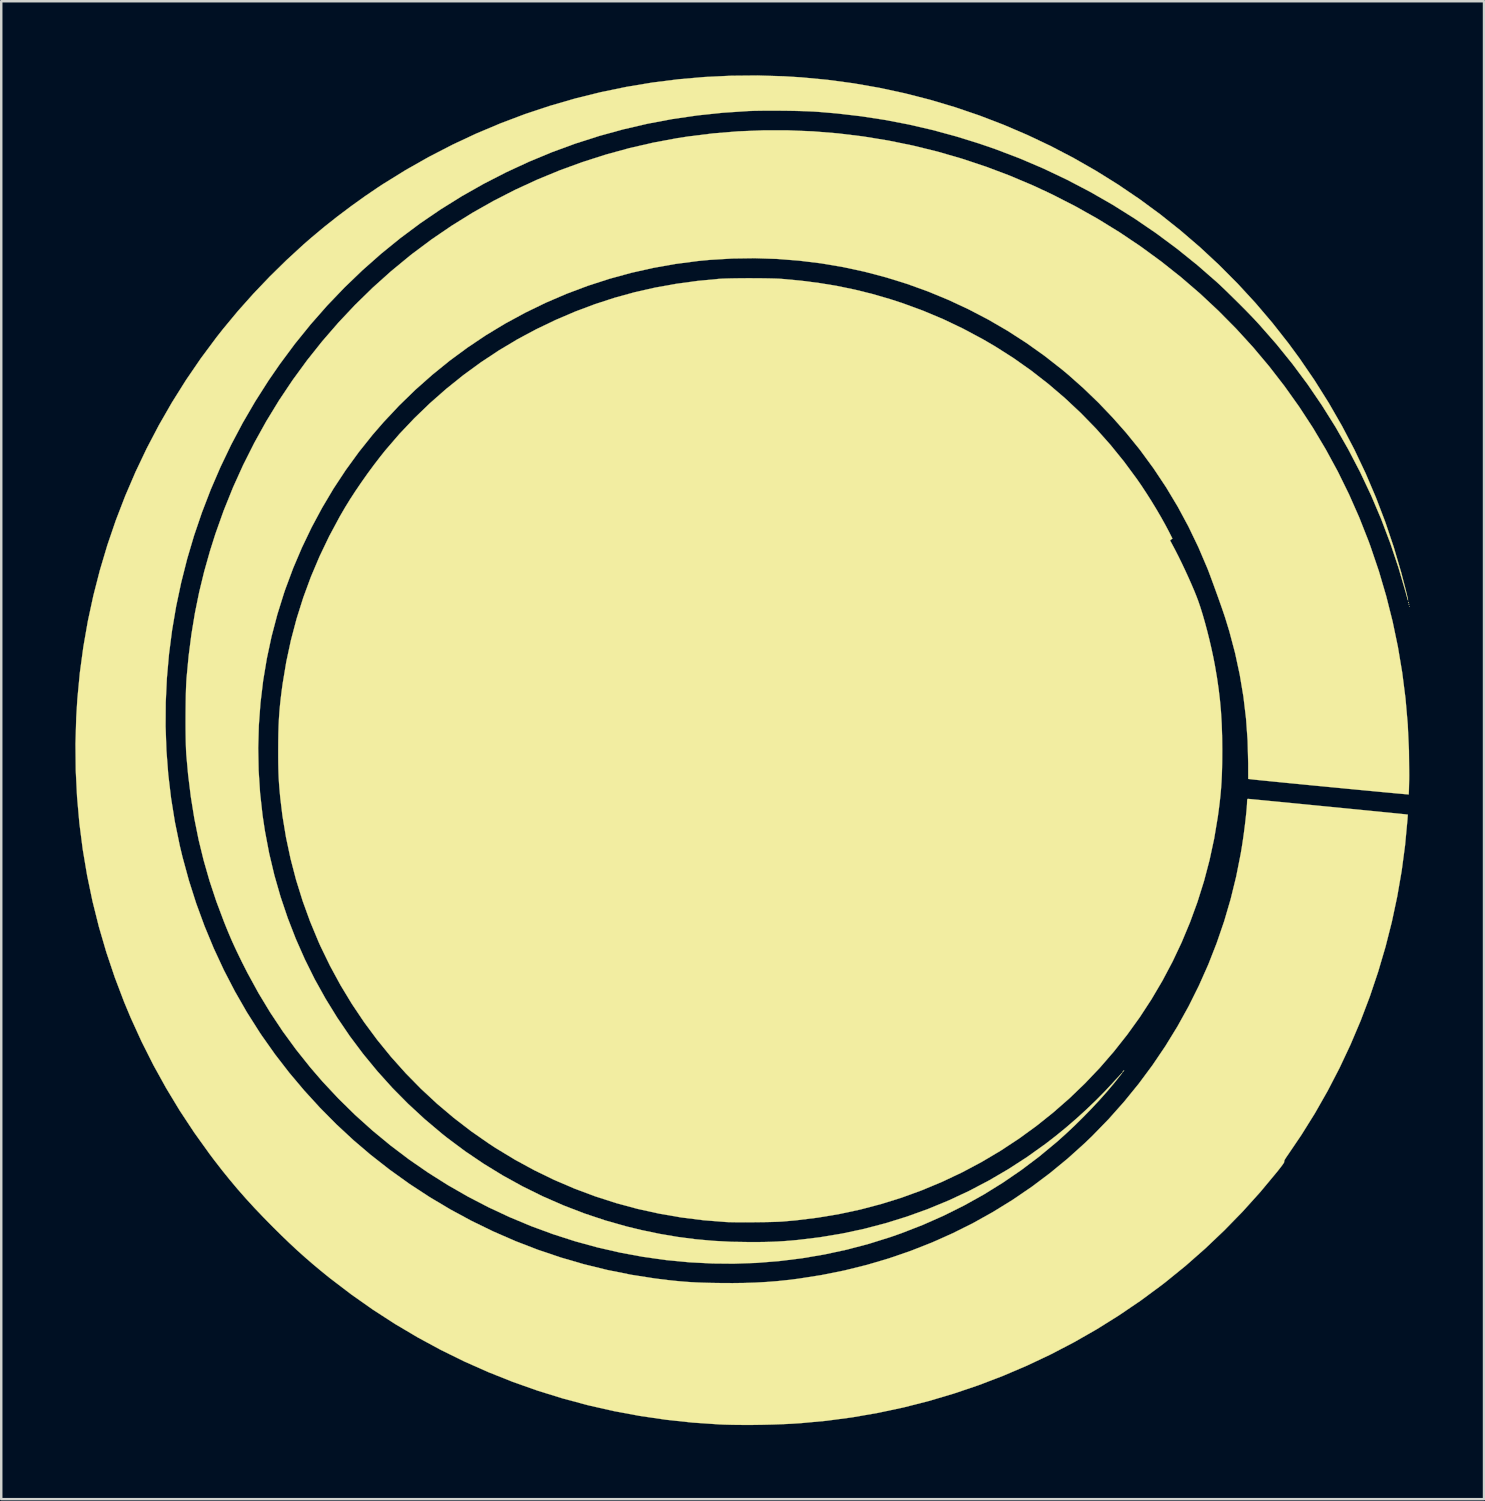
<source format=kicad_pcb>
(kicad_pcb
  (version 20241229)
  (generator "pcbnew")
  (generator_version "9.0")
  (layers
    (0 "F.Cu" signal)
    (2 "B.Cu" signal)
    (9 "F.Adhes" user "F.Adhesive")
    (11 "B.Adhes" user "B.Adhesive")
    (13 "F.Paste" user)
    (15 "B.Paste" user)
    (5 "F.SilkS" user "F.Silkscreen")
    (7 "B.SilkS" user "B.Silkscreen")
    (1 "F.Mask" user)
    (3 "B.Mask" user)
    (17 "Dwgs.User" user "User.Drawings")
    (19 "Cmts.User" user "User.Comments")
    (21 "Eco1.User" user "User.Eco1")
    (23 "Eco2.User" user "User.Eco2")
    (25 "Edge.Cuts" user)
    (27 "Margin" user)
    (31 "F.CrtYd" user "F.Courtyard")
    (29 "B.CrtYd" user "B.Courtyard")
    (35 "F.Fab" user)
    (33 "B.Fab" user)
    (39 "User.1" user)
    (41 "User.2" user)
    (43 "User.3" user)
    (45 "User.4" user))
  (footprint "spiral_pattern_large3"
    (layer "F.Cu")
    (at 27.311 27.311)
    (property "Reference" "spiral_pattern_large3" (at 0 0 0) (layer "F.SilkS") (effects (font (size 1.524 1.524) (thickness 0.3))))
    (attr through_hole)
    (fp_poly (pts (xy 26.691 -5.81) (xy 26.681 -5.8) (xy 26.67 -5.81) (xy 26.681 -5.821) (xy 26.691 -5.81)) (stroke (width 0.01) (type solid)) (fill yes) (layer "F.SilkS"))
    (fp_poly (pts (xy 26.642 -5.994) (xy 26.645 -5.961) (xy 26.64 -5.954) (xy 26.631 -5.96) (xy 26.629 -5.981) (xy 26.635 -6.004) (xy 26.642 -5.994)) (stroke (width 0.01) (type solid)) (fill yes) (layer "F.SilkS"))
    (fp_poly (pts (xy 26.663 -5.92) (xy 26.665 -5.894) (xy 26.663 -5.891) (xy 26.65 -5.894) (xy 26.649 -5.905) (xy 26.657 -5.923) (xy 26.663 -5.92)) (stroke (width 0.01) (type solid)) (fill yes) (layer "F.SilkS"))
    (fp_poly (pts (xy 15.128 12.965) (xy 15.116 12.98) (xy 15.085 13.013) (xy 15.071 13.013) (xy 15.071 13.01) (xy 15.085 12.992) (xy 15.108 12.972) (xy 15.133 12.954) (xy 15.128 12.965)) (stroke (width 0.01) (type solid)) (fill yes) (layer "F.SilkS"))
    (fp_poly (pts (xy 0.142 -19.101) (xy 0.381 -19.1) (xy 0.61 -19.097) (xy 0.821 -19.093) (xy 1.009 -19.088) (xy 1.167 -19.082) (xy 1.27 -19.075) (xy 2.048 -19.003) (xy 2.797 -18.907) (xy 3.525 -18.787) (xy 4.238 -18.639) (xy 4.944 -18.464) (xy 5.651 -18.259) (xy 6.17 -18.09) (xy 6.996 -17.787) (xy 7.812 -17.444) (xy 8.616 -17.06) (xy 9.408 -16.637) (xy 9.927 -16.334) (xy 10.659 -15.867) (xy 11.372 -15.363) (xy 12.064 -14.824) (xy 12.732 -14.253) (xy 13.375 -13.651) (xy 13.99 -13.02) (xy 14.575 -12.362) (xy 15.129 -11.679) (xy 15.649 -10.974) (xy 15.838 -10.7) (xy 16.039 -10.394) (xy 16.242 -10.074) (xy 16.439 -9.75) (xy 16.626 -9.43) (xy 16.797 -9.123) (xy 16.948 -8.838) (xy 16.98 -8.775) (xy 17.086 -8.565) (xy 17.037 -8.529) (xy 16.989 -8.492) (xy 17.068 -8.347) (xy 17.198 -8.102) (xy 17.334 -7.836) (xy 17.471 -7.556) (xy 17.606 -7.27) (xy 17.737 -6.985) (xy 17.859 -6.709) (xy 17.97 -6.45) (xy 18.065 -6.213) (xy 18.125 -6.054) (xy 18.216 -5.789) (xy 18.309 -5.491) (xy 18.402 -5.166) (xy 18.494 -4.822) (xy 18.583 -4.467) (xy 18.666 -4.109) (xy 18.742 -3.755) (xy 18.807 -3.419) (xy 18.889 -2.938) (xy 18.956 -2.473) (xy 19.01 -2.015) (xy 19.051 -1.554) (xy 19.079 -1.081) (xy 19.096 -0.587) (xy 19.102 -0.061) (xy 19.102 0) (xy 19.1 0.362) (xy 19.095 0.691) (xy 19.086 0.994) (xy 19.072 1.281) (xy 19.053 1.559) (xy 19.028 1.837) (xy 18.997 2.123) (xy 18.959 2.426) (xy 18.923 2.689) (xy 18.776 3.571) (xy 18.589 4.44) (xy 18.364 5.296) (xy 18.1 6.137) (xy 17.799 6.961) (xy 17.462 7.769) (xy 17.089 8.558) (xy 16.681 9.328) (xy 16.239 10.078) (xy 15.764 10.806) (xy 15.256 11.511) (xy 14.717 12.193) (xy 14.148 12.85) (xy 13.549 13.48) (xy 12.921 14.084) (xy 12.264 14.659) (xy 11.581 15.205) (xy 10.871 15.721) (xy 10.136 16.205) (xy 9.376 16.656) (xy 8.592 17.074) (xy 7.784 17.457) (xy 7.747 17.473) (xy 6.94 17.81) (xy 6.125 18.107) (xy 5.299 18.365) (xy 4.46 18.586) (xy 3.607 18.769) (xy 2.736 18.915) (xy 1.846 19.025) (xy 1.312 19.072) (xy 1.202 19.079) (xy 1.057 19.085) (xy 0.882 19.09) (xy 0.685 19.095) (xy 0.472 19.098) (xy 0.249 19.101) (xy 0.024 19.103) (xy -0.197 19.104) (xy -0.407 19.103) (xy -0.601 19.102) (xy -0.77 19.099) (xy -0.909 19.096) (xy -0.984 19.092) (xy -1.896 19.02) (xy -2.797 18.907) (xy -3.686 18.753) (xy -4.564 18.56) (xy -5.428 18.326) (xy -6.279 18.052) (xy -7.115 17.739) (xy -7.937 17.387) (xy -8.743 16.995) (xy -9.532 16.565) (xy -10.305 16.096) (xy -10.562 15.928) (xy -11.292 15.42) (xy -11.996 14.879) (xy -12.674 14.306) (xy -13.324 13.702) (xy -13.945 13.069) (xy -14.537 12.407) (xy -15.097 11.719) (xy -15.625 11.006) (xy -16.12 10.268) (xy -16.58 9.508) (xy -17.005 8.726) (xy -17.394 7.924) (xy -17.473 7.747) (xy -17.812 6.93) (xy -18.114 6.097) (xy -18.378 5.25) (xy -18.602 4.391) (xy -18.786 3.526) (xy -18.93 2.656) (xy -19.017 1.937) (xy -19.038 1.714) (xy -19.056 1.51) (xy -19.07 1.318) (xy -19.082 1.13) (xy -19.09 0.937) (xy -19.096 0.733) (xy -19.1 0.508) (xy -19.102 0.256) (xy -19.102 0) (xy -19.1 -0.362) (xy -19.095 -0.691) (xy -19.086 -0.994) (xy -19.072 -1.281) (xy -19.053 -1.559) (xy -19.028 -1.837) (xy -18.997 -2.123) (xy -18.959 -2.426) (xy -18.923 -2.689) (xy -18.775 -3.58) (xy -18.586 -4.459) (xy -18.357 -5.325) (xy -18.088 -6.178) (xy -17.779 -7.018) (xy -17.429 -7.845) (xy -17.039 -8.659) (xy -16.61 -9.458) (xy -16.399 -9.821) (xy -16.198 -10.148) (xy -15.973 -10.494) (xy -15.73 -10.851) (xy -15.477 -11.21) (xy -15.218 -11.56) (xy -14.962 -11.893) (xy -14.765 -12.139) (xy -14.197 -12.799) (xy -13.595 -13.434) (xy -12.963 -14.043) (xy -12.303 -14.624) (xy -11.618 -15.174) (xy -10.909 -15.692) (xy -10.179 -16.176) (xy -9.431 -16.624) (xy -8.667 -17.033) (xy -8.657 -17.038) (xy -7.871 -17.415) (xy -7.083 -17.752) (xy -6.289 -18.05) (xy -5.488 -18.311) (xy -4.675 -18.535) (xy -3.848 -18.722) (xy -3.003 -18.874) (xy -2.138 -18.992) (xy -1.27 -19.075) (xy -1.142 -19.083) (xy -0.979 -19.089) (xy -0.787 -19.094) (xy -0.572 -19.098) (xy -0.341 -19.1) (xy -0.101 -19.102) (xy 0.142 -19.101)) (stroke (width 0.01) (type solid)) (fill yes) (layer "F.SilkS"))
    (fp_poly (pts (xy 1.535 -25.086) (xy 2.55 -25.045) (xy 3.564 -24.962) (xy 4.574 -24.839) (xy 5.58 -24.675) (xy 6.581 -24.471) (xy 7.575 -24.227) (xy 8.56 -23.942) (xy 9.536 -23.618) (xy 10.501 -23.254) (xy 11.454 -22.851) (xy 12.23 -22.488) (xy 13.161 -22.012) (xy 14.068 -21.502) (xy 14.95 -20.959) (xy 15.805 -20.384) (xy 16.634 -19.778) (xy 17.436 -19.141) (xy 18.209 -18.475) (xy 18.953 -17.779) (xy 19.668 -17.056) (xy 20.353 -16.306) (xy 21.006 -15.529) (xy 21.627 -14.726) (xy 22.216 -13.899) (xy 22.772 -13.048) (xy 23.293 -12.173) (xy 23.78 -11.277) (xy 24.231 -10.359) (xy 24.646 -9.42) (xy 25.024 -8.461) (xy 25.103 -8.244) (xy 25.442 -7.244) (xy 25.739 -6.233) (xy 25.996 -5.212) (xy 26.211 -4.182) (xy 26.385 -3.143) (xy 26.518 -2.097) (xy 26.609 -1.043) (xy 26.658 0.018) (xy 26.667 1.02) (xy 26.665 1.194) (xy 26.662 1.355) (xy 26.659 1.498) (xy 26.656 1.618) (xy 26.652 1.709) (xy 26.649 1.768) (xy 26.646 1.788) (xy 26.624 1.787) (xy 26.563 1.782) (xy 26.465 1.774) (xy 26.334 1.762) (xy 26.172 1.748) (xy 25.981 1.73) (xy 25.766 1.71) (xy 25.527 1.688) (xy 25.269 1.663) (xy 24.994 1.637) (xy 24.705 1.61) (xy 24.404 1.581) (xy 24.095 1.552) (xy 23.78 1.521) (xy 23.462 1.491) (xy 23.144 1.46) (xy 22.828 1.43) (xy 22.518 1.4) (xy 22.216 1.37) (xy 21.925 1.342) (xy 21.648 1.315) (xy 21.387 1.289) (xy 21.146 1.265) (xy 20.927 1.243) (xy 20.733 1.224) (xy 20.566 1.207) (xy 20.43 1.193) (xy 20.328 1.182) (xy 20.262 1.174) (xy 20.252 1.173) (xy 20.153 1.161) (xy 20.152 0.526) (xy 20.129 -0.381) (xy 20.065 -1.279) (xy 19.959 -2.17) (xy 19.811 -3.054) (xy 19.622 -3.933) (xy 19.391 -4.805) (xy 19.216 -5.376) (xy 19.176 -5.495) (xy 19.125 -5.645) (xy 19.064 -5.821) (xy 18.996 -6.014) (xy 18.923 -6.219) (xy 18.847 -6.429) (xy 18.772 -6.637) (xy 18.699 -6.835) (xy 18.632 -7.018) (xy 18.572 -7.178) (xy 18.522 -7.309) (xy 18.499 -7.366) (xy 18.136 -8.217) (xy 17.737 -9.047) (xy 17.302 -9.855) (xy 16.831 -10.64) (xy 16.325 -11.401) (xy 15.785 -12.139) (xy 15.727 -12.213) (xy 15.214 -12.845) (xy 14.665 -13.465) (xy 14.089 -14.068) (xy 13.49 -14.645) (xy 12.877 -15.19) (xy 12.626 -15.4) (xy 11.912 -15.959) (xy 11.174 -16.484) (xy 10.416 -16.973) (xy 9.637 -17.426) (xy 8.84 -17.842) (xy 8.026 -18.222) (xy 7.197 -18.565) (xy 6.353 -18.87) (xy 5.497 -19.136) (xy 4.63 -19.365) (xy 3.753 -19.554) (xy 2.868 -19.704) (xy 1.976 -19.813) (xy 1.079 -19.883) (xy 0.179 -19.912) (xy -0.724 -19.899) (xy -1.628 -19.845) (xy -2.106 -19.8) (xy -3.024 -19.68) (xy -3.93 -19.519) (xy -4.825 -19.318) (xy -5.707 -19.076) (xy -6.577 -18.794) (xy -7.433 -18.472) (xy -8.275 -18.11) (xy -9.103 -17.708) (xy -9.916 -17.267) (xy -9.917 -17.267) (xy -10.689 -16.8) (xy -11.44 -16.297) (xy -12.17 -15.759) (xy -12.875 -15.187) (xy -13.556 -14.583) (xy -14.21 -13.947) (xy -14.835 -13.281) (xy -15.284 -12.764) (xy -15.842 -12.065) (xy -16.369 -11.339) (xy -16.864 -10.588) (xy -17.325 -9.812) (xy -17.752 -9.016) (xy -18.143 -8.2) (xy -18.497 -7.369) (xy -18.812 -6.523) (xy -18.864 -6.371) (xy -19.138 -5.494) (xy -19.371 -4.608) (xy -19.562 -3.715) (xy -19.712 -2.816) (xy -19.82 -1.912) (xy -19.887 -1.004) (xy -19.912 -0.094) (xy -19.895 0.818) (xy -19.836 1.729) (xy -19.735 2.639) (xy -19.64 3.269) (xy -19.469 4.17) (xy -19.258 5.058) (xy -19.007 5.932) (xy -18.717 6.791) (xy -18.39 7.634) (xy -18.025 8.46) (xy -17.624 9.268) (xy -17.186 10.056) (xy -16.713 10.823) (xy -16.206 11.569) (xy -15.665 12.291) (xy -15.09 12.99) (xy -14.484 13.663) (xy -13.845 14.309) (xy -13.175 14.928) (xy -12.474 15.519) (xy -12.262 15.688) (xy -11.535 16.23) (xy -10.783 16.738) (xy -10.009 17.212) (xy -9.214 17.65) (xy -8.4 18.052) (xy -7.569 18.416) (xy -6.723 18.742) (xy -5.864 19.029) (xy -4.993 19.275) (xy -4.403 19.418) (xy -3.664 19.572) (xy -2.94 19.695) (xy -2.222 19.789) (xy -1.499 19.854) (xy -0.761 19.893) (xy 0 19.905) (xy 0.315 19.904) (xy 0.598 19.9) (xy 0.858 19.893) (xy 1.106 19.882) (xy 1.352 19.867) (xy 1.605 19.848) (xy 1.875 19.823) (xy 1.905 19.821) (xy 2.814 19.711) (xy 3.714 19.561) (xy 4.605 19.371) (xy 5.484 19.14) (xy 6.351 18.87) (xy 7.204 18.562) (xy 8.042 18.215) (xy 8.863 17.831) (xy 9.666 17.409) (xy 10.449 16.951) (xy 11.212 16.457) (xy 11.952 15.928) (xy 12.37 15.605) (xy 12.78 15.27) (xy 13.192 14.914) (xy 13.596 14.546) (xy 13.985 14.174) (xy 14.349 13.806) (xy 14.587 13.552) (xy 14.684 13.447) (xy 14.777 13.345) (xy 14.862 13.254) (xy 14.93 13.18) (xy 14.978 13.13) (xy 14.983 13.124) (xy 15.076 13.028) (xy 14.987 13.145) (xy 14.731 13.468) (xy 14.444 13.808) (xy 14.133 14.158) (xy 13.802 14.513) (xy 13.457 14.866) (xy 13.105 15.213) (xy 12.749 15.546) (xy 12.399 15.859) (xy 11.695 16.443) (xy 10.967 16.992) (xy 10.214 17.507) (xy 9.439 17.987) (xy 8.64 18.431) (xy 7.821 18.839) (xy 6.98 19.211) (xy 6.118 19.546) (xy 5.683 19.699) (xy 4.805 19.974) (xy 3.913 20.209) (xy 3.01 20.404) (xy 2.098 20.559) (xy 1.179 20.673) (xy 0.256 20.747) (xy -0.671 20.779) (xy -1.513 20.771) (xy -2.459 20.723) (xy -3.4 20.633) (xy -4.334 20.502) (xy -5.261 20.331) (xy -6.179 20.121) (xy -7.087 19.872) (xy -7.983 19.584) (xy -8.865 19.259) (xy -9.733 18.897) (xy -10.586 18.499) (xy -11.421 18.066) (xy -12.237 17.598) (xy -13.034 17.095) (xy -13.809 16.56) (xy -14.561 15.991) (xy -15.289 15.39) (xy -15.992 14.758) (xy -16.667 14.095) (xy -17.315 13.402) (xy -17.803 12.836) (xy -18.379 12.114) (xy -18.919 11.375) (xy -19.425 10.614) (xy -19.9 9.828) (xy -20.345 9.014) (xy -20.564 8.583) (xy -20.686 8.333) (xy -20.793 8.111) (xy -20.888 7.907) (xy -20.977 7.711) (xy -21.062 7.513) (xy -21.15 7.304) (xy -21.243 7.075) (xy -21.304 6.921) (xy -21.61 6.106) (xy -21.881 5.287) (xy -22.118 4.461) (xy -22.323 3.623) (xy -22.495 2.769) (xy -22.636 1.896) (xy -22.747 0.999) (xy -22.822 0.169) (xy -22.83 0.023) (xy -22.837 -0.16) (xy -22.843 -0.373) (xy -22.847 -0.61) (xy -22.85 -0.865) (xy -22.851 -1.131) (xy -22.85 -1.404) (xy -22.848 -1.675) (xy -22.845 -1.941) (xy -22.841 -2.193) (xy -22.835 -2.427) (xy -22.827 -2.636) (xy -22.818 -2.814) (xy -22.811 -2.921) (xy -22.726 -3.823) (xy -22.613 -4.699) (xy -22.472 -5.554) (xy -22.301 -6.395) (xy -22.098 -7.23) (xy -21.863 -8.063) (xy -21.645 -8.752) (xy -21.308 -9.7) (xy -20.933 -10.631) (xy -20.521 -11.542) (xy -20.073 -12.433) (xy -19.59 -13.304) (xy -19.072 -14.153) (xy -18.52 -14.978) (xy -17.935 -15.779) (xy -17.317 -16.555) (xy -16.668 -17.304) (xy -15.988 -18.026) (xy -15.278 -18.719) (xy -14.539 -19.382) (xy -13.771 -20.015) (xy -13.674 -20.091) (xy -12.889 -20.677) (xy -12.079 -21.229) (xy -11.245 -21.747) (xy -10.39 -22.231) (xy -9.513 -22.68) (xy -8.619 -23.092) (xy -7.707 -23.468) (xy -6.78 -23.806) (xy -5.84 -24.106) (xy -4.889 -24.367) (xy -3.927 -24.588) (xy -2.958 -24.769) (xy -2.518 -24.837) (xy -1.508 -24.962) (xy -0.496 -25.045) (xy 0.519 -25.086) (xy 1.535 -25.086)) (stroke (width 0.01) (type solid)) (fill yes) (layer "F.SilkS"))
    (fp_poly (pts (xy 1.378 -27.273) (xy 2.074 -27.23) (xy 3.134 -27.13) (xy 4.184 -26.989) (xy 5.226 -26.807) (xy 6.256 -26.585) (xy 7.276 -26.324) (xy 8.282 -26.025) (xy 9.275 -25.687) (xy 10.252 -25.312) (xy 11.214 -24.9) (xy 12.159 -24.452) (xy 13.086 -23.968) (xy 13.994 -23.449) (xy 14.881 -22.896) (xy 15.748 -22.308) (xy 16.592 -21.688) (xy 17.412 -21.035) (xy 18.209 -20.35) (xy 18.979 -19.633) (xy 19.723 -18.886) (xy 20.44 -18.108) (xy 21.127 -17.301) (xy 21.785 -16.464) (xy 22.233 -15.854) (xy 22.842 -14.963) (xy 23.414 -14.052) (xy 23.949 -13.122) (xy 24.445 -12.174) (xy 24.904 -11.207) (xy 25.323 -10.224) (xy 25.704 -9.225) (xy 26.046 -8.21) (xy 26.348 -7.18) (xy 26.512 -6.549) (xy 26.553 -6.383) (xy 26.584 -6.25) (xy 26.607 -6.151) (xy 26.619 -6.088) (xy 26.623 -6.062) (xy 26.617 -6.072) (xy 26.601 -6.121) (xy 26.575 -6.209) (xy 26.54 -6.337) (xy 26.531 -6.371) (xy 26.236 -7.382) (xy 25.903 -8.377) (xy 25.533 -9.356) (xy 25.125 -10.317) (xy 24.681 -11.258) (xy 24.201 -12.179) (xy 23.687 -13.079) (xy 23.137 -13.956) (xy 22.555 -14.81) (xy 21.939 -15.638) (xy 21.29 -16.44) (xy 20.61 -17.215) (xy 20.391 -17.452) (xy 20.262 -17.587) (xy 20.111 -17.743) (xy 19.944 -17.912) (xy 19.767 -18.09) (xy 19.585 -18.269) (xy 19.406 -18.445) (xy 19.236 -18.611) (xy 19.079 -18.761) (xy 18.943 -18.889) (xy 18.887 -18.94) (xy 18.097 -19.63) (xy 17.278 -20.29) (xy 16.434 -20.917) (xy 15.565 -21.511) (xy 14.673 -22.071) (xy 13.76 -22.595) (xy 12.827 -23.084) (xy 11.877 -23.536) (xy 10.911 -23.949) (xy 9.93 -24.323) (xy 9.271 -24.55) (xy 8.317 -24.846) (xy 7.368 -25.103) (xy 6.418 -25.323) (xy 5.462 -25.507) (xy 4.493 -25.656) (xy 3.506 -25.771) (xy 2.752 -25.835) (xy 2.562 -25.847) (xy 2.338 -25.857) (xy 2.086 -25.866) (xy 1.814 -25.873) (xy 1.53 -25.878) (xy 1.24 -25.881) (xy 0.952 -25.883) (xy 0.674 -25.883) (xy 0.412 -25.88) (xy 0.175 -25.876) (xy -0.03 -25.869) (xy -0.064 -25.868) (xy -1.106 -25.799) (xy -2.134 -25.691) (xy -3.148 -25.544) (xy -4.149 -25.356) (xy -5.137 -25.127) (xy -6.112 -24.859) (xy -7.075 -24.551) (xy -8.026 -24.202) (xy -8.965 -23.812) (xy -9.88 -23.388) (xy -10.786 -22.923) (xy -11.668 -22.424) (xy -12.525 -21.89) (xy -13.357 -21.323) (xy -14.163 -20.722) (xy -14.942 -20.089) (xy -15.695 -19.423) (xy -16.42 -18.726) (xy -17.117 -17.998) (xy -17.786 -17.238) (xy -18.425 -16.449) (xy -19.034 -15.629) (xy -19.492 -14.965) (xy -20.034 -14.114) (xy -20.54 -13.245) (xy -21.008 -12.361) (xy -21.439 -11.461) (xy -21.833 -10.548) (xy -22.189 -9.622) (xy -22.508 -8.686) (xy -22.788 -7.74) (xy -23.029 -6.785) (xy -23.233 -5.824) (xy -23.397 -4.858) (xy -23.522 -3.887) (xy -23.608 -2.914) (xy -23.654 -1.939) (xy -23.66 -0.964) (xy -23.626 0.01) (xy -23.552 0.981) (xy -23.437 1.948) (xy -23.282 2.91) (xy -23.085 3.866) (xy -22.975 4.325) (xy -22.717 5.27) (xy -22.42 6.201) (xy -22.084 7.117) (xy -21.711 8.017) (xy -21.302 8.897) (xy -20.856 9.757) (xy -20.375 10.596) (xy -19.859 11.41) (xy -19.768 11.546) (xy -19.23 12.308) (xy -18.655 13.052) (xy -18.046 13.775) (xy -17.407 14.474) (xy -16.742 15.145) (xy -16.052 15.785) (xy -15.378 16.36) (xy -14.6 16.969) (xy -13.801 17.543) (xy -12.979 18.081) (xy -12.138 18.582) (xy -11.278 19.047) (xy -10.399 19.474) (xy -9.505 19.864) (xy -8.595 20.215) (xy -7.671 20.527) (xy -6.734 20.8) (xy -5.785 21.033) (xy -4.825 21.226) (xy -3.857 21.377) (xy -3.344 21.441) (xy -3.084 21.469) (xy -2.843 21.492) (xy -2.613 21.511) (xy -2.385 21.527) (xy -2.151 21.539) (xy -1.902 21.548) (xy -1.631 21.556) (xy -1.328 21.561) (xy -1.228 21.562) (xy -0.715 21.565) (xy -0.236 21.559) (xy 0.22 21.544) (xy 0.66 21.519) (xy 1.094 21.485) (xy 1.531 21.439) (xy 1.947 21.387) (xy 2.884 21.24) (xy 3.809 21.054) (xy 4.72 20.828) (xy 5.616 20.563) (xy 6.496 20.26) (xy 7.36 19.92) (xy 8.206 19.542) (xy 9.033 19.128) (xy 9.839 18.677) (xy 10.625 18.191) (xy 11.389 17.67) (xy 12.13 17.114) (xy 12.847 16.524) (xy 13.539 15.9) (xy 13.851 15.6) (xy 14.508 14.924) (xy 15.132 14.222) (xy 15.723 13.495) (xy 16.28 12.744) (xy 16.803 11.97) (xy 17.291 11.175) (xy 17.743 10.359) (xy 18.158 9.525) (xy 18.537 8.673) (xy 18.877 7.804) (xy 19.18 6.921) (xy 19.443 6.023) (xy 19.666 5.113) (xy 19.849 4.192) (xy 19.885 3.979) (xy 19.917 3.777) (xy 19.949 3.561) (xy 19.98 3.337) (xy 20.009 3.113) (xy 20.036 2.893) (xy 20.059 2.684) (xy 20.079 2.492) (xy 20.094 2.324) (xy 20.104 2.184) (xy 20.108 2.079) (xy 20.108 2.069) (xy 20.112 2.005) (xy 20.124 1.975) (xy 20.142 1.968) (xy 20.168 1.971) (xy 20.232 1.976) (xy 20.333 1.986) (xy 20.468 1.999) (xy 20.634 2.015) (xy 20.827 2.033) (xy 21.046 2.055) (xy 21.287 2.078) (xy 21.548 2.103) (xy 21.825 2.13) (xy 22.116 2.159) (xy 22.418 2.188) (xy 22.728 2.219) (xy 23.044 2.25) (xy 23.363 2.281) (xy 23.681 2.312) (xy 23.995 2.343) (xy 24.304 2.374) (xy 24.605 2.403) (xy 24.893 2.432) (xy 25.168 2.459) (xy 25.425 2.484) (xy 25.661 2.508) (xy 25.875 2.529) (xy 26.064 2.548) (xy 26.224 2.564) (xy 26.352 2.577) (xy 26.446 2.586) (xy 26.503 2.592) (xy 26.519 2.594) (xy 26.612 2.607) (xy 26.598 2.801) (xy 26.501 3.843) (xy 26.363 4.882) (xy 26.184 5.915) (xy 25.966 6.942) (xy 25.708 7.959) (xy 25.411 8.966) (xy 25.077 9.961) (xy 24.705 10.941) (xy 24.296 11.906) (xy 23.851 12.853) (xy 23.371 13.78) (xy 22.856 14.686) (xy 22.306 15.568) (xy 21.771 16.358) (xy 21.696 16.467) (xy 21.645 16.547) (xy 21.616 16.601) (xy 21.606 16.634) (xy 21.61 16.646) (xy 21.61 16.664) (xy 21.594 16.699) (xy 21.558 16.754) (xy 21.5 16.833) (xy 21.42 16.937) (xy 21.314 17.071) (xy 21.312 17.073) (xy 20.637 17.884) (xy 19.927 18.671) (xy 19.186 19.431) (xy 18.416 20.163) (xy 17.62 20.864) (xy 16.799 21.531) (xy 16.658 21.64) (xy 15.803 22.272) (xy 14.924 22.869) (xy 14.024 23.432) (xy 13.104 23.958) (xy 12.164 24.448) (xy 11.207 24.901) (xy 10.233 25.317) (xy 9.245 25.695) (xy 8.243 26.034) (xy 7.229 26.335) (xy 6.205 26.596) (xy 5.171 26.816) (xy 4.129 26.997) (xy 3.081 27.136) (xy 2.074 27.23) (xy 1.713 27.254) (xy 1.325 27.273) (xy 0.92 27.288) (xy 0.506 27.298) (xy 0.093 27.304) (xy -0.31 27.304) (xy -0.694 27.3) (xy -1.051 27.291) (xy -1.259 27.282) (xy -2.339 27.209) (xy -3.409 27.094) (xy -4.471 26.939) (xy -5.523 26.743) (xy -6.564 26.507) (xy -7.592 26.231) (xy -8.608 25.916) (xy -9.61 25.562) (xy -10.596 25.169) (xy -11.567 24.738) (xy -12.521 24.269) (xy -13.457 23.762) (xy -14.374 23.219) (xy -15.272 22.638) (xy -16.148 22.021) (xy -17.003 21.369) (xy -17.062 21.322) (xy -17.402 21.046) (xy -17.722 20.778) (xy -18.03 20.511) (xy -18.334 20.239) (xy -18.64 19.953) (xy -18.957 19.649) (xy -19.292 19.318) (xy -19.305 19.305) (xy -19.698 18.905) (xy -20.064 18.522) (xy -20.407 18.147) (xy -20.736 17.773) (xy -21.056 17.392) (xy -21.375 16.997) (xy -21.699 16.579) (xy -21.886 16.33) (xy -22.503 15.469) (xy -23.088 14.583) (xy -23.638 13.672) (xy -24.154 12.74) (xy -24.632 11.79) (xy -25.073 10.823) (xy -25.336 10.193) (xy -25.717 9.189) (xy -26.058 8.174) (xy -26.358 7.148) (xy -26.617 6.112) (xy -26.835 5.067) (xy -27.012 4.014) (xy -27.148 2.955) (xy -27.242 1.889) (xy -27.295 0.819) (xy -27.306 -0.256) (xy -27.275 -1.333) (xy -27.23 -2.074) (xy -27.13 -3.131) (xy -26.988 -4.181) (xy -26.806 -5.224) (xy -26.582 -6.26) (xy -26.319 -7.285) (xy -26.017 -8.299) (xy -25.675 -9.301) (xy -25.295 -10.288) (xy -24.877 -11.261) (xy -24.422 -12.217) (xy -23.93 -13.156) (xy -23.402 -14.075) (xy -22.838 -14.974) (xy -22.239 -15.851) (xy -21.605 -16.704) (xy -21.324 -17.061) (xy -20.732 -17.774) (xy -20.103 -18.479) (xy -19.446 -19.168) (xy -18.766 -19.835) (xy -18.071 -20.474) (xy -17.739 -20.762) (xy -17.237 -21.181) (xy -16.706 -21.601) (xy -16.157 -22.014) (xy -15.604 -22.411) (xy -15.056 -22.784) (xy -14.87 -22.906) (xy -13.95 -23.476) (xy -13.013 -24.007) (xy -12.059 -24.5) (xy -11.091 -24.954) (xy -10.108 -25.368) (xy -9.112 -25.744) (xy -8.103 -26.079) (xy -7.083 -26.375) (xy -6.052 -26.63) (xy -5.012 -26.845) (xy -3.963 -27.02) (xy -2.906 -27.153) (xy -1.843 -27.245) (xy -0.774 -27.296) (xy 0.3 -27.306) (xy 1.378 -27.273)) (stroke (width 0.01) (type solid)) (fill yes) (layer "F.SilkS")))
  (gr_rect
    (start -3 -3)
    (end 57.007 57.62)
    (stroke (width 0.1) (type default))
    (fill no)
    (layer "Edge.Cuts")))
</source>
